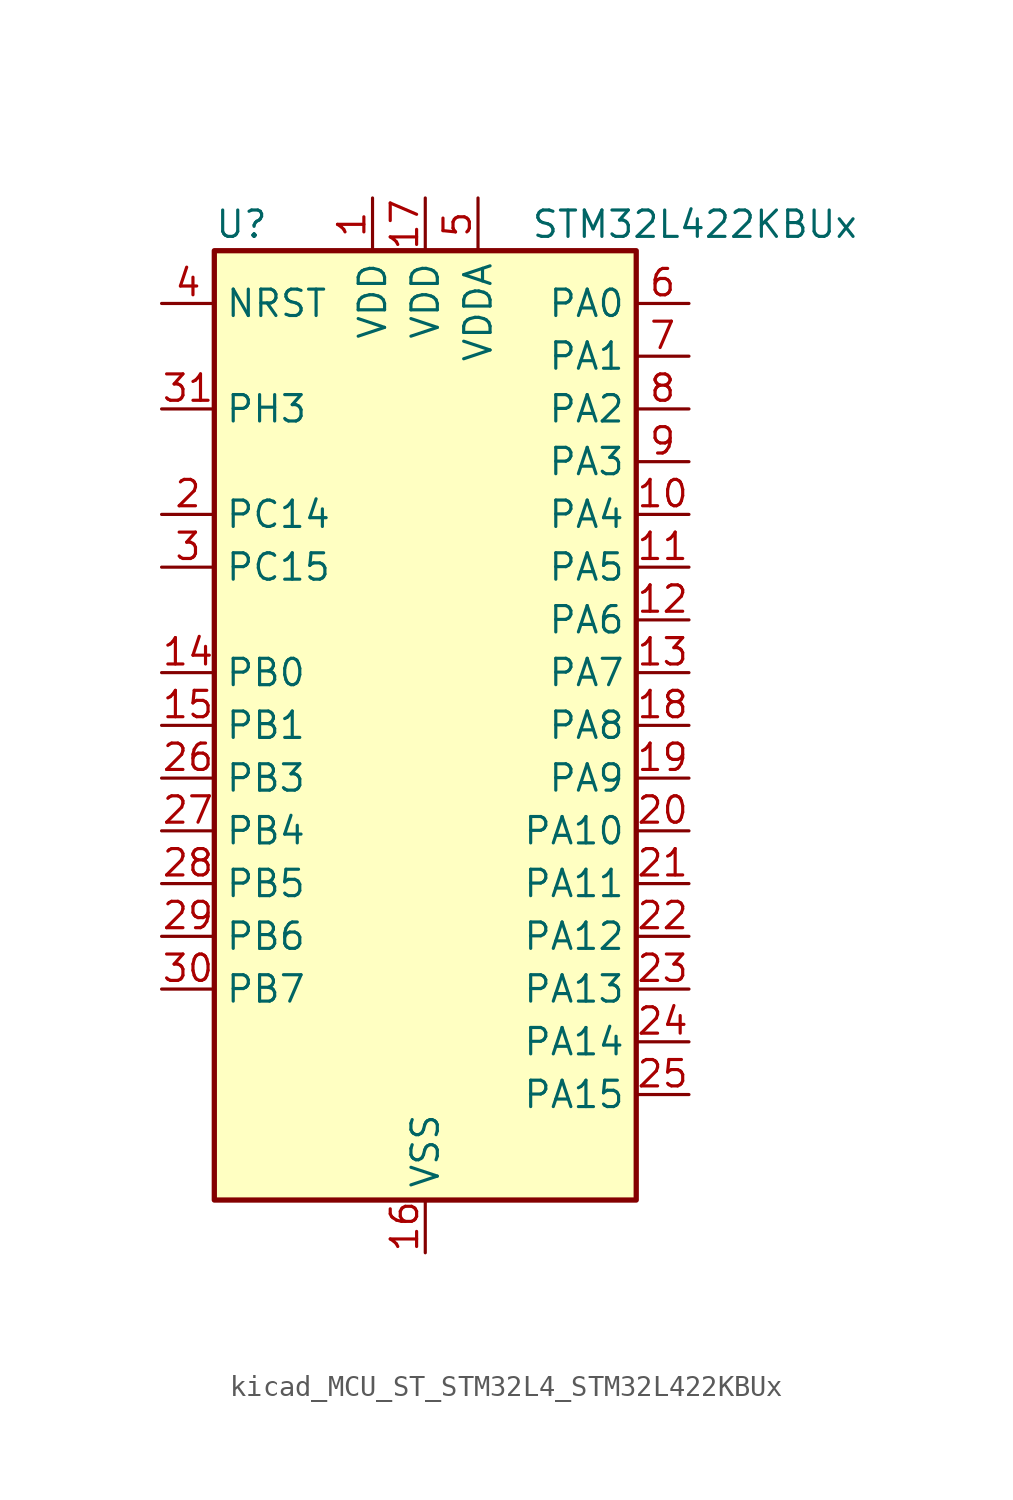
<source format=kicad_sym>
(kicad_symbol_lib
  (version 20220914)
  (generator kicad_symbol_editor)
  (symbol "kicad_MCU_ST_STM32L4_STM32L422KBUx"
    (property "Reference" "U"
      (at -10.16 24.13 0)
      (effects (font (size 1.27 1.27)) (justify left)))
    (property "Value" "STM32L422KBUx"
      (at 5.08 24.13 0)
      (effects (font (size 1.27 1.27)) (justify left)))
    (property "ki_locked" ""
      (at 0 0 0)
      (effects (font (size 1.27 1.27))))
    (symbol "kicad_MCU_ST_STM32L4_STM32L422KBUx_0_1"
      (rectangle (start -10.16 -22.86) (end 10.16 22.86) (stroke (width 0.254) (type default)) (fill (type background))))
    (symbol "kicad_MCU_ST_STM32L4_STM32L422KBUx_1_1"
      (pin power_in line (at -2.54 25.4 270) (length 2.54) (name "VDD" (effects (font (size 1.27 1.27)))) (number "1" (effects (font (size 1.27 1.27)))))
      (pin bidirectional line (at 12.7 10.16 180) (length 2.54) (name "PA4" (effects (font (size 1.27 1.27)))) (number "10" (effects (font (size 1.27 1.27)))) (alternate "ADC1_IN9" bidirectional line) (alternate "ADC2_IN9" bidirectional line) (alternate "COMP1_INM" bidirectional line) (alternate "LPTIM2_OUT" bidirectional line) (alternate "SPI1_NSS" bidirectional line) (alternate "USART2_CK" bidirectional line))
      (pin bidirectional line (at 12.7 7.62 180) (length 2.54) (name "PA5" (effects (font (size 1.27 1.27)))) (number "11" (effects (font (size 1.27 1.27)))) (alternate "ADC1_IN10" bidirectional line) (alternate "ADC2_IN10" bidirectional line) (alternate "COMP1_INM" bidirectional line) (alternate "LPTIM2_ETR" bidirectional line) (alternate "SPI1_SCK" bidirectional line) (alternate "TIM2_CH1" bidirectional line) (alternate "TIM2_ETR" bidirectional line))
      (pin bidirectional line (at 12.7 5.08 180) (length 2.54) (name "PA6" (effects (font (size 1.27 1.27)))) (number "12" (effects (font (size 1.27 1.27)))) (alternate "ADC1_IN11" bidirectional line) (alternate "ADC2_IN11" bidirectional line) (alternate "COMP1_OUT" bidirectional line) (alternate "LPUART1_CTS" bidirectional line) (alternate "QUADSPI_BK1_IO3" bidirectional line) (alternate "SPI1_MISO" bidirectional line) (alternate "TIM16_CH1" bidirectional line) (alternate "TIM1_BKIN" bidirectional line))
      (pin bidirectional line (at 12.7 2.54 180) (length 2.54) (name "PA7" (effects (font (size 1.27 1.27)))) (number "13" (effects (font (size 1.27 1.27)))) (alternate "ADC1_IN12" bidirectional line) (alternate "ADC2_IN12" bidirectional line) (alternate "I2C3_SCL" bidirectional line) (alternate "QUADSPI_BK1_IO2" bidirectional line) (alternate "SPI1_MOSI" bidirectional line) (alternate "TIM1_CH1N" bidirectional line))
      (pin bidirectional line (at -12.7 2.54 0) (length 2.54) (name "PB0" (effects (font (size 1.27 1.27)))) (number "14" (effects (font (size 1.27 1.27)))) (alternate "ADC1_IN15" bidirectional line) (alternate "ADC2_IN15" bidirectional line) (alternate "COMP1_OUT" bidirectional line) (alternate "QUADSPI_BK1_IO1" bidirectional line) (alternate "SPI1_NSS" bidirectional line) (alternate "SYS_TRACED0" bidirectional line) (alternate "TIM1_CH2N" bidirectional line))
      (pin bidirectional line (at -12.7 0 0) (length 2.54) (name "PB1" (effects (font (size 1.27 1.27)))) (number "15" (effects (font (size 1.27 1.27)))) (alternate "ADC1_IN16" bidirectional line) (alternate "ADC2_IN16" bidirectional line) (alternate "COMP1_INM" bidirectional line) (alternate "LPTIM2_IN1" bidirectional line) (alternate "LPUART1_DE" bidirectional line) (alternate "LPUART1_RTS" bidirectional line) (alternate "QUADSPI_BK1_IO0" bidirectional line) (alternate "SYS_TRACED1" bidirectional line) (alternate "TIM1_CH3N" bidirectional line))
      (pin power_in line (at 0 -25.4 90) (length 2.54) (name "VSS" (effects (font (size 1.27 1.27)))) (number "16" (effects (font (size 1.27 1.27)))))
      (pin power_in line (at 0 25.4 270) (length 2.54) (name "VDD" (effects (font (size 1.27 1.27)))) (number "17" (effects (font (size 1.27 1.27)))))
      (pin bidirectional line (at 12.7 0 180) (length 2.54) (name "PA8" (effects (font (size 1.27 1.27)))) (number "18" (effects (font (size 1.27 1.27)))) (alternate "LPTIM2_OUT" bidirectional line) (alternate "RCC_MCO" bidirectional line) (alternate "TIM1_CH1" bidirectional line) (alternate "USART1_CK" bidirectional line))
      (pin bidirectional line (at 12.7 -2.54 180) (length 2.54) (name "PA9" (effects (font (size 1.27 1.27)))) (number "19" (effects (font (size 1.27 1.27)))) (alternate "I2C1_SCL" bidirectional line) (alternate "TIM15_BKIN" bidirectional line) (alternate "TIM1_CH2" bidirectional line) (alternate "USART1_TX" bidirectional line))
      (pin bidirectional line (at -12.7 10.16 0) (length 2.54) (name "PC14" (effects (font (size 1.27 1.27)))) (number "2" (effects (font (size 1.27 1.27)))) (alternate "RCC_OSC32_IN" bidirectional line))
      (pin bidirectional line (at 12.7 -5.08 180) (length 2.54) (name "PA10" (effects (font (size 1.27 1.27)))) (number "20" (effects (font (size 1.27 1.27)))) (alternate "CRS_SYNC" bidirectional line) (alternate "I2C1_SDA" bidirectional line) (alternate "TIM1_CH3" bidirectional line) (alternate "USART1_RX" bidirectional line))
      (pin bidirectional line (at 12.7 -7.62 180) (length 2.54) (name "PA11" (effects (font (size 1.27 1.27)))) (number "21" (effects (font (size 1.27 1.27)))) (alternate "ADC1_EXTI11" bidirectional line) (alternate "ADC2_EXTI11" bidirectional line) (alternate "COMP1_OUT" bidirectional line) (alternate "SPI1_MISO" bidirectional line) (alternate "TIM1_BKIN2" bidirectional line) (alternate "TIM1_BKIN2_COMP1" bidirectional line) (alternate "TIM1_CH4" bidirectional line) (alternate "USART1_CTS" bidirectional line) (alternate "USB_DM" bidirectional line))
      (pin bidirectional line (at 12.7 -10.16 180) (length 2.54) (name "PA12" (effects (font (size 1.27 1.27)))) (number "22" (effects (font (size 1.27 1.27)))) (alternate "SPI1_MOSI" bidirectional line) (alternate "TIM1_ETR" bidirectional line) (alternate "USART1_DE" bidirectional line) (alternate "USART1_RTS" bidirectional line) (alternate "USB_DP" bidirectional line))
      (pin bidirectional line (at 12.7 -12.7 180) (length 2.54) (name "PA13" (effects (font (size 1.27 1.27)))) (number "23" (effects (font (size 1.27 1.27)))) (alternate "IR_OUT" bidirectional line) (alternate "SYS_JTMS-SWDIO" bidirectional line) (alternate "USB_NOE" bidirectional line))
      (pin bidirectional line (at 12.7 -15.24 180) (length 2.54) (name "PA14" (effects (font (size 1.27 1.27)))) (number "24" (effects (font (size 1.27 1.27)))) (alternate "I2C1_SMBA" bidirectional line) (alternate "LPTIM1_OUT" bidirectional line) (alternate "SYS_JTCK-SWCLK" bidirectional line))
      (pin bidirectional line (at 12.7 -17.78 180) (length 2.54) (name "PA15" (effects (font (size 1.27 1.27)))) (number "25" (effects (font (size 1.27 1.27)))) (alternate "ADC1_EXTI15" bidirectional line) (alternate "ADC2_EXTI15" bidirectional line) (alternate "SPI1_NSS" bidirectional line) (alternate "SYS_JTDI" bidirectional line) (alternate "TIM2_CH1" bidirectional line) (alternate "TIM2_ETR" bidirectional line) (alternate "USART2_RX" bidirectional line))
      (pin bidirectional line (at -12.7 -2.54 0) (length 2.54) (name "PB3" (effects (font (size 1.27 1.27)))) (number "26" (effects (font (size 1.27 1.27)))) (alternate "SPI1_SCK" bidirectional line) (alternate "SYS_JTDO-SWO" bidirectional line) (alternate "TIM2_CH2" bidirectional line) (alternate "USART1_DE" bidirectional line) (alternate "USART1_RTS" bidirectional line))
      (pin bidirectional line (at -12.7 -5.08 0) (length 2.54) (name "PB4" (effects (font (size 1.27 1.27)))) (number "27" (effects (font (size 1.27 1.27)))) (alternate "I2C3_SDA" bidirectional line) (alternate "SPI1_MISO" bidirectional line) (alternate "SYS_JTRST" bidirectional line) (alternate "TSC_G2_IO1" bidirectional line) (alternate "USART1_CTS" bidirectional line))
      (pin bidirectional line (at -12.7 -7.62 0) (length 2.54) (name "PB5" (effects (font (size 1.27 1.27)))) (number "28" (effects (font (size 1.27 1.27)))) (alternate "I2C1_SMBA" bidirectional line) (alternate "LPTIM1_IN1" bidirectional line) (alternate "SPI1_MOSI" bidirectional line) (alternate "SYS_TRACED2" bidirectional line) (alternate "TIM16_BKIN" bidirectional line) (alternate "TSC_G2_IO2" bidirectional line) (alternate "USART1_CK" bidirectional line))
      (pin bidirectional line (at -12.7 -10.16 0) (length 2.54) (name "PB6" (effects (font (size 1.27 1.27)))) (number "29" (effects (font (size 1.27 1.27)))) (alternate "I2C1_SCL" bidirectional line) (alternate "LPTIM1_ETR" bidirectional line) (alternate "SYS_TRACED3" bidirectional line) (alternate "TIM16_CH1N" bidirectional line) (alternate "TSC_G2_IO3" bidirectional line) (alternate "USART1_TX" bidirectional line))
      (pin bidirectional line (at -12.7 7.62 0) (length 2.54) (name "PC15" (effects (font (size 1.27 1.27)))) (number "3" (effects (font (size 1.27 1.27)))) (alternate "ADC1_EXTI15" bidirectional line) (alternate "ADC2_EXTI15" bidirectional line) (alternate "RCC_OSC32_OUT" bidirectional line))
      (pin bidirectional line (at -12.7 -12.7 0) (length 2.54) (name "PB7" (effects (font (size 1.27 1.27)))) (number "30" (effects (font (size 1.27 1.27)))) (alternate "I2C1_SDA" bidirectional line) (alternate "LPTIM1_IN2" bidirectional line) (alternate "SYS_PVD_IN" bidirectional line) (alternate "SYS_TRACECLK" bidirectional line) (alternate "TSC_G2_IO4" bidirectional line) (alternate "USART1_RX" bidirectional line))
      (pin bidirectional line (at -12.7 15.24 0) (length 2.54) (name "PH3" (effects (font (size 1.27 1.27)))) (number "31" (effects (font (size 1.27 1.27)))))
      (pin passive line (at 0 -25.4 90) (length 2.54) hide (name "VSS" (effects (font (size 1.27 1.27)))) (number "32" (effects (font (size 1.27 1.27)))))
      (pin passive line (at 0 -25.4 90) (length 2.54) hide (name "VSS" (effects (font (size 1.27 1.27)))) (number "33" (effects (font (size 1.27 1.27)))))
      (pin input line (at -12.7 20.32 0) (length 2.54) (name "NRST" (effects (font (size 1.27 1.27)))) (number "4" (effects (font (size 1.27 1.27)))))
      (pin power_in line (at 2.54 25.4 270) (length 2.54) (name "VDDA" (effects (font (size 1.27 1.27)))) (number "5" (effects (font (size 1.27 1.27)))))
      (pin bidirectional line (at 12.7 20.32 180) (length 2.54) (name "PA0" (effects (font (size 1.27 1.27)))) (number "6" (effects (font (size 1.27 1.27)))) (alternate "ADC1_IN5" bidirectional line) (alternate "COMP1_INM" bidirectional line) (alternate "COMP1_OUT" bidirectional line) (alternate "OPAMP1_VINP" bidirectional line) (alternate "RCC_CK_IN" bidirectional line) (alternate "RTC_TAMP2" bidirectional line) (alternate "SYS_WKUP1" bidirectional line) (alternate "TIM2_CH1" bidirectional line) (alternate "TIM2_ETR" bidirectional line) (alternate "USART2_CTS" bidirectional line))
      (pin bidirectional line (at 12.7 17.78 180) (length 2.54) (name "PA1" (effects (font (size 1.27 1.27)))) (number "7" (effects (font (size 1.27 1.27)))) (alternate "ADC1_IN6" bidirectional line) (alternate "COMP1_INP" bidirectional line) (alternate "I2C1_SMBA" bidirectional line) (alternate "OPAMP1_VINM" bidirectional line) (alternate "SPI1_SCK" bidirectional line) (alternate "TIM15_CH1N" bidirectional line) (alternate "TIM2_CH2" bidirectional line) (alternate "USART2_DE" bidirectional line) (alternate "USART2_RTS" bidirectional line))
      (pin bidirectional line (at 12.7 15.24 180) (length 2.54) (name "PA2" (effects (font (size 1.27 1.27)))) (number "8" (effects (font (size 1.27 1.27)))) (alternate "ADC1_IN7" bidirectional line) (alternate "ADC2_IN7" bidirectional line) (alternate "LPUART1_TX" bidirectional line) (alternate "QUADSPI_BK1_NCS" bidirectional line) (alternate "RCC_LSCO" bidirectional line) (alternate "SYS_WKUP4" bidirectional line) (alternate "TIM15_CH1" bidirectional line) (alternate "TIM2_CH3" bidirectional line) (alternate "USART2_TX" bidirectional line))
      (pin bidirectional line (at 12.7 12.7 180) (length 2.54) (name "PA3" (effects (font (size 1.27 1.27)))) (number "9" (effects (font (size 1.27 1.27)))) (alternate "ADC1_IN8" bidirectional line) (alternate "ADC2_IN8" bidirectional line) (alternate "LPUART1_RX" bidirectional line) (alternate "OPAMP1_VOUT" bidirectional line) (alternate "QUADSPI_CLK" bidirectional line) (alternate "TIM15_CH2" bidirectional line) (alternate "TIM2_CH4" bidirectional line) (alternate "USART2_RX" bidirectional line)))))
</source>
